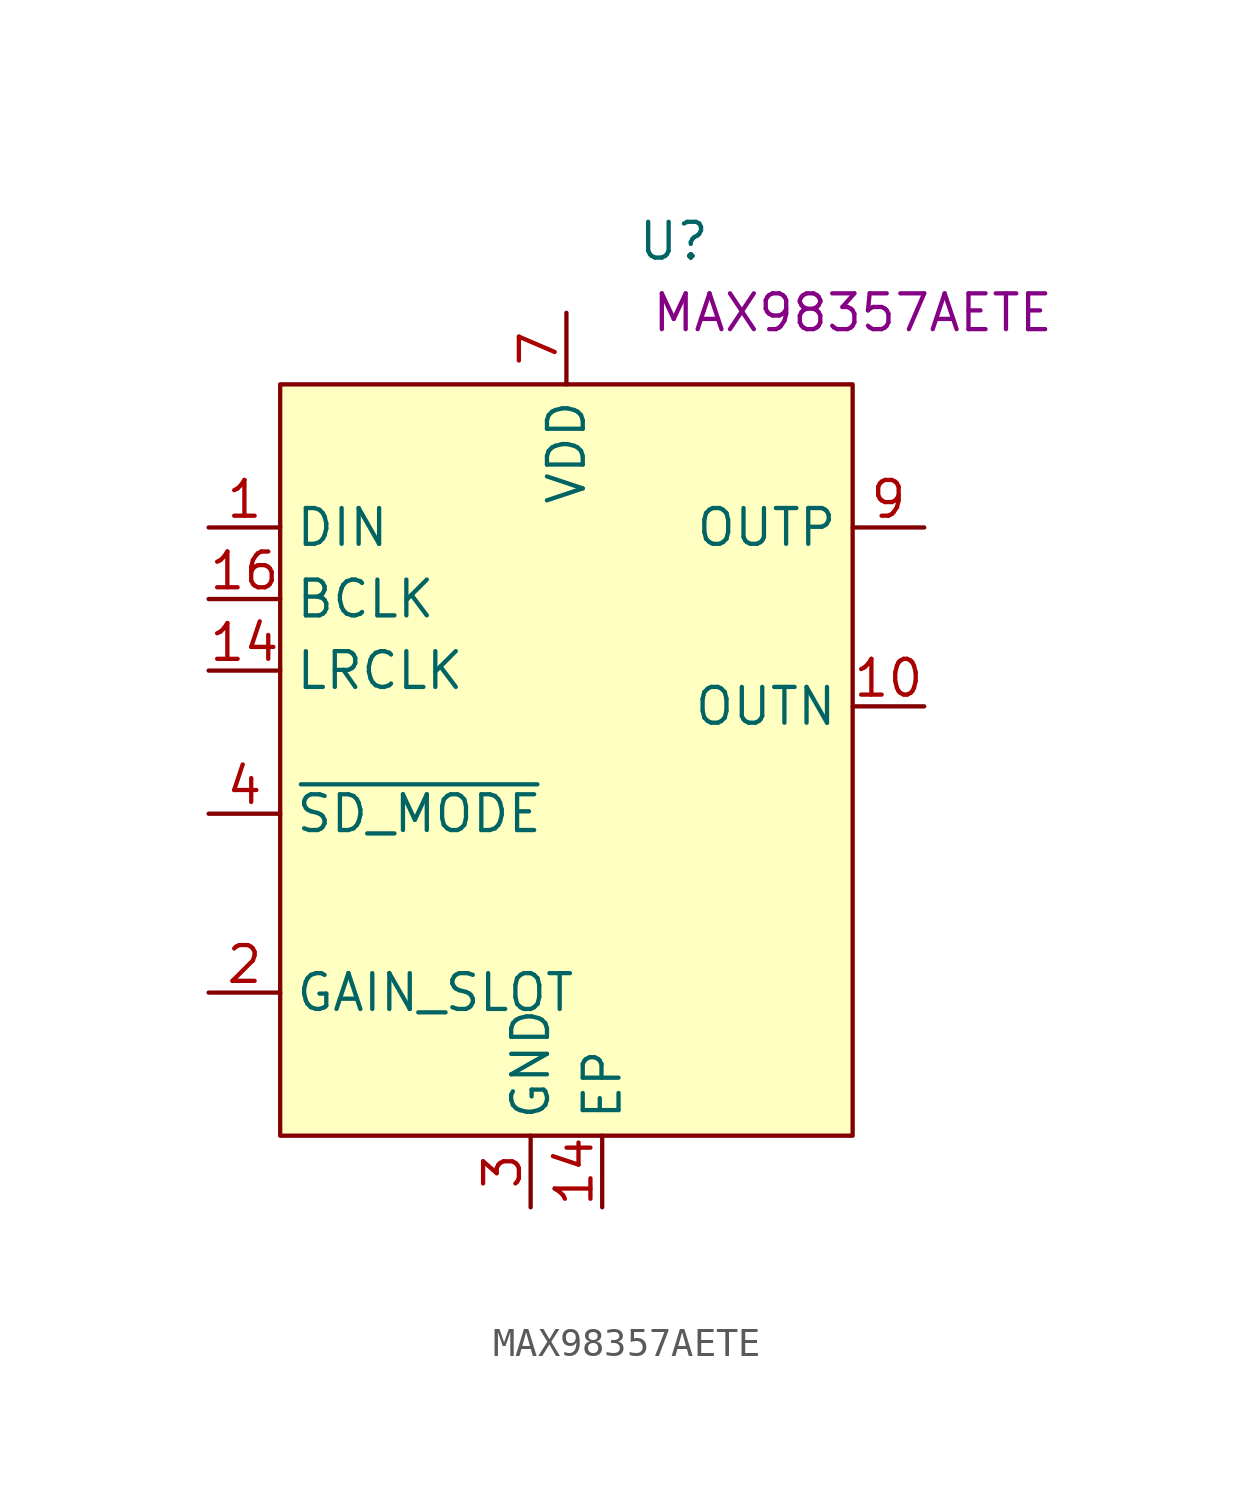
<source format=kicad_sym>
(kicad_symbol_lib
  (version 20220914)
  (generator kicad_symbol_editor)
  (symbol "MAX98357AETE"
    (property "Reference" "U"
      (at 3.81 17.78 0)
      (effects (font (size 1.27 1.27))))
    (property "UserValue" "MAX98357AETE"
      (at 10.16 15.24 0)
      (effects (font (size 1.27 1.27))))
    (symbol "MAX98357AETE_0_0"
      (pin input line (at -12.7 7.62 0) (length 2.54) (name "DIN" (effects (font (size 1.27 1.27)))) (number "1" (effects (font (size 1.27 1.27)))))
      (pin output line (at 12.7 1.27 180) (length 2.54) (name "OUTN" (effects (font (size 1.27 1.27)))) (number "10" (effects (font (size 1.27 1.27)))))
      (pin passive line (at 1.27 -16.51 90) (length 2.54) (name "EP" (effects (font (size 1.27 1.27)))) (number "14" (effects (font (size 1.27 1.27)))))
      (pin input line (at -12.7 2.54 0) (length 2.54) (name "LRCLK" (effects (font (size 1.27 1.27)))) (number "14" (effects (font (size 1.27 1.27)))))
      (pin input line (at -12.7 5.08 0) (length 2.54) (name "BCLK" (effects (font (size 1.27 1.27)))) (number "16" (effects (font (size 1.27 1.27)))))
      (pin input line (at -12.7 -8.89 0) (length 2.54) (name "GAIN_SLOT" (effects (font (size 1.27 1.27)))) (number "2" (effects (font (size 1.27 1.27)))))
      (pin power_in line (at -1.27 -16.51 90) (length 2.54) (name "GND" (effects (font (size 1.27 1.27)))) (number "3" (effects (font (size 1.27 1.27)))))
      (pin input line (at -12.7 -2.54 0) (length 2.54) (name "~{SD_MODE}" (effects (font (size 1.27 1.27)))) (number "4" (effects (font (size 1.27 1.27)))))
      (pin power_in line (at 0 15.24 270) (length 2.54) (name "VDD" (effects (font (size 1.27 1.27)))) (number "7" (effects (font (size 1.27 1.27)))))
      (pin output line (at 12.7 7.62 180) (length 2.54) (name "OUTP" (effects (font (size 1.27 1.27)))) (number "9" (effects (font (size 1.27 1.27))))))
    (symbol "MAX98357AETE_1_0"
      (pin passive line (at -1.27 -16.51 90) (length 2.54) hide (name "GND" (effects (font (size 1.27 1.27)))) (number "11" (effects (font (size 1.27 1.27)))))
      (pin no_connect line (at 3.81 -6.35 90) (length 2.54) hide (name "NC" (effects (font (size 1.27 1.27)))) (number "12" (effects (font (size 1.27 1.27)))))
      (pin no_connect line (at 7.62 -6.35 90) (length 2.54) hide (name "NC" (effects (font (size 1.27 1.27)))) (number "13" (effects (font (size 1.27 1.27)))))
      (pin passive line (at -1.27 -16.51 90) (length 2.54) hide (name "GND" (effects (font (size 1.27 1.27)))) (number "15" (effects (font (size 1.27 1.27)))))
      (pin no_connect line (at 6.35 -6.35 90) (length 2.54) hide (name "NC" (effects (font (size 1.27 1.27)))) (number "5" (effects (font (size 1.27 1.27)))))
      (pin no_connect line (at 5.08 -6.35 90) (length 2.54) hide (name "NC" (effects (font (size 1.27 1.27)))) (number "6" (effects (font (size 1.27 1.27)))))
      (pin passive line (at 0 15.24 270) (length 2.54) hide (name "VDD" (effects (font (size 1.27 1.27)))) (number "8" (effects (font (size 1.27 1.27))))))
    (symbol "MAX98357AETE_1_1"
      (rectangle (start -10.16 12.7) (end 10.16 -13.97) (stroke (width 0) (type default)) (fill (type background))))))
</source>
